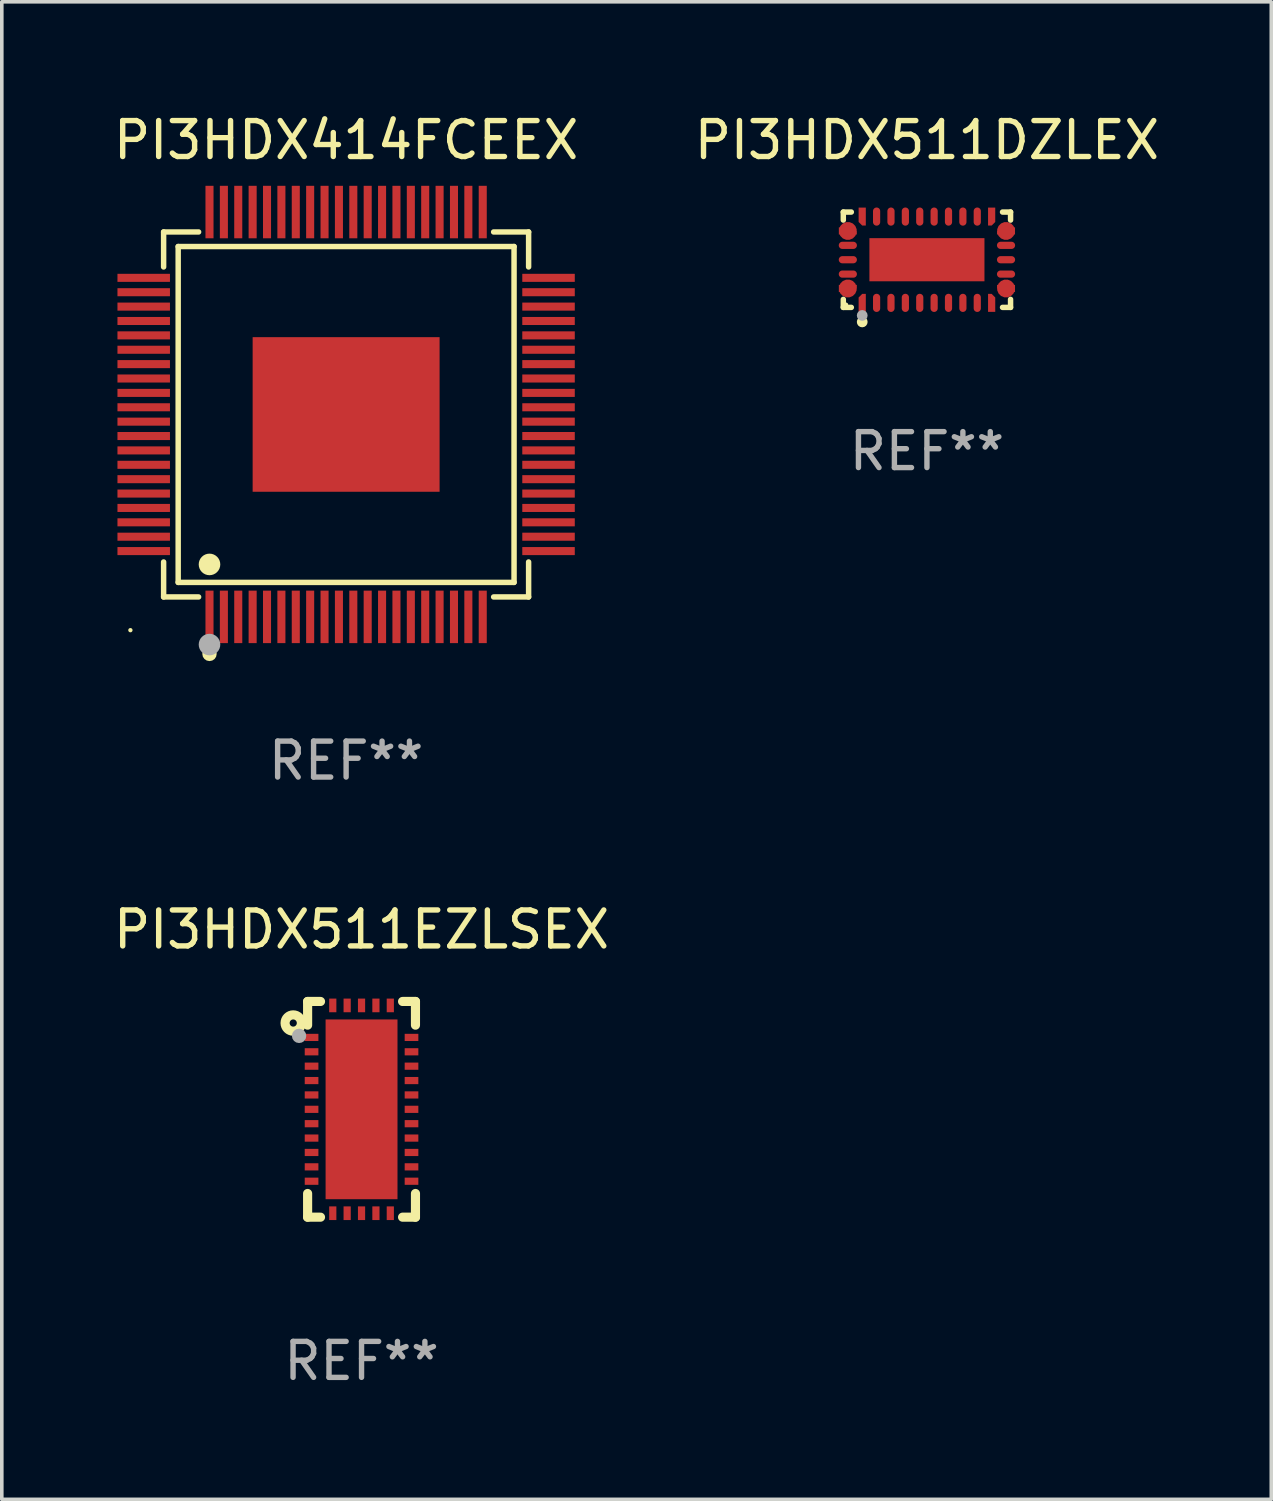
<source format=kicad_pcb>
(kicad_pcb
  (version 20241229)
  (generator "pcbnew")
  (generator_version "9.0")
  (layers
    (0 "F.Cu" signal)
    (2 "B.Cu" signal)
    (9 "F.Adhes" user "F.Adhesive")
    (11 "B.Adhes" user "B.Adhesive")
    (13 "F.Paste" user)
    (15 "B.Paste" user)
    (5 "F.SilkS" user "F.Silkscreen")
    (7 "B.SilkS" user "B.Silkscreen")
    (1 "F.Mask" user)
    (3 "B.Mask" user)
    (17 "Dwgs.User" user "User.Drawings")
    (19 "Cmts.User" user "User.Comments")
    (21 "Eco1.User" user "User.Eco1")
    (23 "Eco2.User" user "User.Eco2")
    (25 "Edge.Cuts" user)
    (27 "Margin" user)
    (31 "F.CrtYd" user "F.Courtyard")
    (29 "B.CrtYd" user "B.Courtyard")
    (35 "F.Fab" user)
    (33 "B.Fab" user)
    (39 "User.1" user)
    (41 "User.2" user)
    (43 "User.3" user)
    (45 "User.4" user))
  (footprint "PI3HDX414FCEEX"
    (layer "F.Cu")
    (at 6.577 8.478)
    (property "Reference" "PI3HDX414FCEEX" (at 0 -7.63 0) (layer "F.SilkS") (effects (font (size 1 1) (thickness 0.15))))
    (attr through_hole)
    (fp_line (start -5.076 -5.076) (end -4.103 -5.076) (stroke (width 0.152) (type solid)) (layer "F.SilkS"))
    (fp_line (start -5.076 -4.103) (end -5.076 -5.076) (stroke (width 0.152) (type solid)) (layer "F.SilkS"))
    (fp_line (start -5.076 4.103) (end -5.076 5.076) (stroke (width 0.152) (type solid)) (layer "F.SilkS"))
    (fp_line (start -5.076 5.076) (end -4.103 5.076) (stroke (width 0.152) (type solid)) (layer "F.SilkS"))
    (fp_line (start -4.671 -4.671) (end 4.671 -4.671) (stroke (width 0.152) (type solid)) (layer "F.SilkS"))
    (fp_line (start -4.671 4.671) (end -4.671 -4.671) (stroke (width 0.152) (type solid)) (layer "F.SilkS"))
    (fp_line (start 4.671 -4.671) (end 4.671 4.671) (stroke (width 0.152) (type solid)) (layer "F.SilkS"))
    (fp_line (start 4.671 4.671) (end -4.671 4.671) (stroke (width 0.152) (type solid)) (layer "F.SilkS"))
    (fp_line (start 5.076 -5.076) (end 4.103 -5.076) (stroke (width 0.152) (type solid)) (layer "F.SilkS"))
    (fp_line (start 5.076 -4.103) (end 5.076 -5.076) (stroke (width 0.152) (type solid)) (layer "F.SilkS"))
    (fp_line (start 5.076 4.103) (end 5.076 5.076) (stroke (width 0.152) (type solid)) (layer "F.SilkS"))
    (fp_line (start 5.076 5.076) (end 4.103 5.076) (stroke (width 0.152) (type solid)) (layer "F.SilkS"))
    (fp_circle (center -6 6) (end -5.97 6) (stroke (width 0.06) (type solid)) (fill no) (layer "F.SilkS"))
    (fp_circle (center -3.8 4.171) (end -3.65 4.171) (stroke (width 0.3) (type solid)) (fill no) (layer "F.SilkS"))
    (fp_circle (center -3.8 6.66) (end -3.7 6.66) (stroke (width 0.2) (type solid)) (fill no) (layer "F.SilkS"))
    (fp_circle (center -3.8 6.4) (end -3.65 6.4) (stroke (width 0.3) (type solid)) (fill no) (layer "F.Fab"))
    (fp_text user "REF**" (at 0 9.63 0) (layer "F.Fab") (effects (font (size 1 1) (thickness 0.15))))
    (pad "1" smd rect (at -3.8 5.63) (size 0.224 1.46) (layers "F.Cu" "F.Mask" "F.Paste"))
    (pad "2" smd rect (at -3.4 5.63) (size 0.224 1.46) (layers "F.Cu" "F.Mask" "F.Paste"))
    (pad "3" smd rect (at -3 5.63) (size 0.224 1.46) (layers "F.Cu" "F.Mask" "F.Paste"))
    (pad "4" smd rect (at -2.6 5.63) (size 0.224 1.46) (layers "F.Cu" "F.Mask" "F.Paste"))
    (pad "5" smd rect (at -2.2 5.63) (size 0.224 1.46) (layers "F.Cu" "F.Mask" "F.Paste"))
    (pad "6" smd rect (at -1.8 5.63) (size 0.224 1.46) (layers "F.Cu" "F.Mask" "F.Paste"))
    (pad "7" smd rect (at -1.4 5.63) (size 0.224 1.46) (layers "F.Cu" "F.Mask" "F.Paste"))
    (pad "8" smd rect (at -1 5.63) (size 0.224 1.46) (layers "F.Cu" "F.Mask" "F.Paste"))
    (pad "9" smd rect (at -0.6 5.63) (size 0.224 1.46) (layers "F.Cu" "F.Mask" "F.Paste"))
    (pad "10" smd rect (at -0.2 5.63) (size 0.224 1.46) (layers "F.Cu" "F.Mask" "F.Paste"))
    (pad "11" smd rect (at 0.2 5.63) (size 0.224 1.46) (layers "F.Cu" "F.Mask" "F.Paste"))
    (pad "12" smd rect (at 0.6 5.63) (size 0.224 1.46) (layers "F.Cu" "F.Mask" "F.Paste"))
    (pad "13" smd rect (at 1 5.63) (size 0.224 1.46) (layers "F.Cu" "F.Mask" "F.Paste"))
    (pad "14" smd rect (at 1.4 5.63) (size 0.224 1.46) (layers "F.Cu" "F.Mask" "F.Paste"))
    (pad "15" smd rect (at 1.8 5.63) (size 0.224 1.46) (layers "F.Cu" "F.Mask" "F.Paste"))
    (pad "16" smd rect (at 2.2 5.63) (size 0.224 1.46) (layers "F.Cu" "F.Mask" "F.Paste"))
    (pad "17" smd rect (at 2.6 5.63) (size 0.224 1.46) (layers "F.Cu" "F.Mask" "F.Paste"))
    (pad "18" smd rect (at 3 5.63) (size 0.224 1.46) (layers "F.Cu" "F.Mask" "F.Paste"))
    (pad "19" smd rect (at 3.4 5.63) (size 0.224 1.46) (layers "F.Cu" "F.Mask" "F.Paste"))
    (pad "20" smd rect (at 3.8 5.63) (size 0.224 1.46) (layers "F.Cu" "F.Mask" "F.Paste"))
    (pad "21" smd rect (at 5.63 3.8) (size 1.46 0.224) (layers "F.Cu" "F.Mask" "F.Paste"))
    (pad "22" smd rect (at 5.63 3.4) (size 1.46 0.224) (layers "F.Cu" "F.Mask" "F.Paste"))
    (pad "23" smd rect (at 5.63 3) (size 1.46 0.224) (layers "F.Cu" "F.Mask" "F.Paste"))
    (pad "24" smd rect (at 5.63 2.6) (size 1.46 0.224) (layers "F.Cu" "F.Mask" "F.Paste"))
    (pad "25" smd rect (at 5.63 2.2) (size 1.46 0.224) (layers "F.Cu" "F.Mask" "F.Paste"))
    (pad "26" smd rect (at 5.63 1.8) (size 1.46 0.224) (layers "F.Cu" "F.Mask" "F.Paste"))
    (pad "27" smd rect (at 5.63 1.4) (size 1.46 0.224) (layers "F.Cu" "F.Mask" "F.Paste"))
    (pad "28" smd rect (at 5.63 1) (size 1.46 0.224) (layers "F.Cu" "F.Mask" "F.Paste"))
    (pad "29" smd rect (at 5.63 0.6) (size 1.46 0.224) (layers "F.Cu" "F.Mask" "F.Paste"))
    (pad "30" smd rect (at 5.63 0.2) (size 1.46 0.224) (layers "F.Cu" "F.Mask" "F.Paste"))
    (pad "31" smd rect (at 5.63 -0.2) (size 1.46 0.224) (layers "F.Cu" "F.Mask" "F.Paste"))
    (pad "32" smd rect (at 5.63 -0.6) (size 1.46 0.224) (layers "F.Cu" "F.Mask" "F.Paste"))
    (pad "33" smd rect (at 5.63 -1) (size 1.46 0.224) (layers "F.Cu" "F.Mask" "F.Paste"))
    (pad "34" smd rect (at 5.63 -1.4) (size 1.46 0.224) (layers "F.Cu" "F.Mask" "F.Paste"))
    (pad "35" smd rect (at 5.63 -1.8) (size 1.46 0.224) (layers "F.Cu" "F.Mask" "F.Paste"))
    (pad "36" smd rect (at 5.63 -2.2) (size 1.46 0.224) (layers "F.Cu" "F.Mask" "F.Paste"))
    (pad "37" smd rect (at 5.63 -2.6) (size 1.46 0.224) (layers "F.Cu" "F.Mask" "F.Paste"))
    (pad "38" smd rect (at 5.63 -3) (size 1.46 0.224) (layers "F.Cu" "F.Mask" "F.Paste"))
    (pad "39" smd rect (at 5.63 -3.4) (size 1.46 0.224) (layers "F.Cu" "F.Mask" "F.Paste"))
    (pad "40" smd rect (at 5.63 -3.8) (size 1.46 0.224) (layers "F.Cu" "F.Mask" "F.Paste"))
    (pad "41" smd rect (at 3.8 -5.63) (size 0.224 1.46) (layers "F.Cu" "F.Mask" "F.Paste"))
    (pad "42" smd rect (at 3.4 -5.63) (size 0.224 1.46) (layers "F.Cu" "F.Mask" "F.Paste"))
    (pad "43" smd rect (at 3 -5.63) (size 0.224 1.46) (layers "F.Cu" "F.Mask" "F.Paste"))
    (pad "44" smd rect (at 2.6 -5.63) (size 0.224 1.46) (layers "F.Cu" "F.Mask" "F.Paste"))
    (pad "45" smd rect (at 2.2 -5.63) (size 0.224 1.46) (layers "F.Cu" "F.Mask" "F.Paste"))
    (pad "46" smd rect (at 1.8 -5.63) (size 0.224 1.46) (layers "F.Cu" "F.Mask" "F.Paste"))
    (pad "47" smd rect (at 1.4 -5.63) (size 0.224 1.46) (layers "F.Cu" "F.Mask" "F.Paste"))
    (pad "48" smd rect (at 1 -5.63) (size 0.224 1.46) (layers "F.Cu" "F.Mask" "F.Paste"))
    (pad "49" smd rect (at 0.6 -5.63) (size 0.224 1.46) (layers "F.Cu" "F.Mask" "F.Paste"))
    (pad "50" smd rect (at 0.2 -5.63) (size 0.224 1.46) (layers "F.Cu" "F.Mask" "F.Paste"))
    (pad "51" smd rect (at -0.2 -5.63) (size 0.224 1.46) (layers "F.Cu" "F.Mask" "F.Paste"))
    (pad "52" smd rect (at -0.6 -5.63) (size 0.224 1.46) (layers "F.Cu" "F.Mask" "F.Paste"))
    (pad "53" smd rect (at -1 -5.63) (size 0.224 1.46) (layers "F.Cu" "F.Mask" "F.Paste"))
    (pad "54" smd rect (at -1.4 -5.63) (size 0.224 1.46) (layers "F.Cu" "F.Mask" "F.Paste"))
    (pad "55" smd rect (at -1.8 -5.63) (size 0.224 1.46) (layers "F.Cu" "F.Mask" "F.Paste"))
    (pad "56" smd rect (at -2.2 -5.63) (size 0.224 1.46) (layers "F.Cu" "F.Mask" "F.Paste"))
    (pad "57" smd rect (at -2.6 -5.63) (size 0.224 1.46) (layers "F.Cu" "F.Mask" "F.Paste"))
    (pad "58" smd rect (at -3 -5.63) (size 0.224 1.46) (layers "F.Cu" "F.Mask" "F.Paste"))
    (pad "59" smd rect (at -3.4 -5.63) (size 0.224 1.46) (layers "F.Cu" "F.Mask" "F.Paste"))
    (pad "60" smd rect (at -3.8 -5.63) (size 0.224 1.46) (layers "F.Cu" "F.Mask" "F.Paste"))
    (pad "61" smd rect (at -5.63 -3.8) (size 1.46 0.224) (layers "F.Cu" "F.Mask" "F.Paste"))
    (pad "62" smd rect (at -5.63 -3.4) (size 1.46 0.224) (layers "F.Cu" "F.Mask" "F.Paste"))
    (pad "63" smd rect (at -5.63 -3) (size 1.46 0.224) (layers "F.Cu" "F.Mask" "F.Paste"))
    (pad "64" smd rect (at -5.63 -2.6) (size 1.46 0.224) (layers "F.Cu" "F.Mask" "F.Paste"))
    (pad "65" smd rect (at -5.63 -2.2) (size 1.46 0.224) (layers "F.Cu" "F.Mask" "F.Paste"))
    (pad "66" smd rect (at -5.63 -1.8) (size 1.46 0.224) (layers "F.Cu" "F.Mask" "F.Paste"))
    (pad "67" smd rect (at -5.63 -1.4) (size 1.46 0.224) (layers "F.Cu" "F.Mask" "F.Paste"))
    (pad "68" smd rect (at -5.63 -1) (size 1.46 0.224) (layers "F.Cu" "F.Mask" "F.Paste"))
    (pad "69" smd rect (at -5.63 -0.6) (size 1.46 0.224) (layers "F.Cu" "F.Mask" "F.Paste"))
    (pad "70" smd rect (at -5.63 -0.2) (size 1.46 0.224) (layers "F.Cu" "F.Mask" "F.Paste"))
    (pad "71" smd rect (at -5.63 0.2) (size 1.46 0.224) (layers "F.Cu" "F.Mask" "F.Paste"))
    (pad "72" smd rect (at -5.63 0.6) (size 1.46 0.224) (layers "F.Cu" "F.Mask" "F.Paste"))
    (pad "73" smd rect (at -5.63 1) (size 1.46 0.224) (layers "F.Cu" "F.Mask" "F.Paste"))
    (pad "74" smd rect (at -5.63 1.4) (size 1.46 0.224) (layers "F.Cu" "F.Mask" "F.Paste"))
    (pad "75" smd rect (at -5.63 1.8) (size 1.46 0.224) (layers "F.Cu" "F.Mask" "F.Paste"))
    (pad "76" smd rect (at -5.63 2.2) (size 1.46 0.224) (layers "F.Cu" "F.Mask" "F.Paste"))
    (pad "77" smd rect (at -5.63 2.6) (size 1.46 0.224) (layers "F.Cu" "F.Mask" "F.Paste"))
    (pad "78" smd rect (at -5.63 3) (size 1.46 0.224) (layers "F.Cu" "F.Mask" "F.Paste"))
    (pad "79" smd rect (at -5.63 3.4) (size 1.46 0.224) (layers "F.Cu" "F.Mask" "F.Paste"))
    (pad "80" smd rect (at -5.63 3.8) (size 1.46 0.224) (layers "F.Cu" "F.Mask" "F.Paste"))
    (pad "81" smd rect (at 0 0) (size 5.2 4.3) (layers "F.Cu" "F.Mask" "F.Paste")))
  (footprint "PI3HDX511DZLEX"
    (layer "F.Cu")
    (at 22.732 4.174)
    (property "Reference" "PI3HDX511DZLEX" (at 0 -3.326 0) (layer "F.SilkS") (effects (font (size 1 1) (thickness 0.15))))
    (attr through_hole)
    (fp_line (start -2.326 -1.326) (end -2.103 -1.326) (stroke (width 0.152) (type solid)) (layer "F.SilkS"))
    (fp_line (start -2.326 -1.103) (end -2.326 -1.326) (stroke (width 0.152) (type solid)) (layer "F.SilkS"))
    (fp_line (start -2.326 1.103) (end -2.326 1.326) (stroke (width 0.152) (type solid)) (layer "F.SilkS"))
    (fp_line (start -2.326 1.326) (end -2.103 1.326) (stroke (width 0.152) (type solid)) (layer "F.SilkS"))
    (fp_line (start 2.326 -1.326) (end 2.103 -1.326) (stroke (width 0.152) (type solid)) (layer "F.SilkS"))
    (fp_line (start 2.326 -1.103) (end 2.326 -1.326) (stroke (width 0.152) (type solid)) (layer "F.SilkS"))
    (fp_line (start 2.326 1.103) (end 2.326 1.326) (stroke (width 0.152) (type solid)) (layer "F.SilkS"))
    (fp_line (start 2.326 1.326) (end 2.103 1.326) (stroke (width 0.152) (type solid)) (layer "F.SilkS"))
    (fp_circle (center -2.25 1.25) (end -2.22 1.25) (stroke (width 0.06) (type solid)) (fill no) (layer "F.SilkS"))
    (fp_circle (center -1.8 1.73) (end -1.725 1.73) (stroke (width 0.15) (type solid)) (fill no) (layer "F.SilkS"))
    (fp_circle (center -1.8 1.55) (end -1.725 1.55) (stroke (width 0.15) (type solid)) (fill no) (layer "F.Fab"))
    (fp_text user "REF**" (at 0 5.326 0) (layer "F.Fab") (effects (font (size 1 1) (thickness 0.15))))
    (pad "1" smd custom (at -1.8 1.2) (size 0.2 0.5) (layers "F.Cu" "F.Mask" "F.Paste") (options (anchor circle)) (primitives (gr_poly (pts (xy -0.1 0.25) (xy 0.1 0.25) (xy 0.1 -0.25) (xy 0.1 -0.25) (xy -0.000051 -0.25) (xy -0.1 -0.15)) (width 0) (fill yes))))
    (pad "2" smd oval (at -1.4 1.2) (size 0.2 0.505) (layers "F.Cu" "F.Mask" "F.Paste"))
    (pad "3" smd oval (at -1 1.2) (size 0.2 0.505) (layers "F.Cu" "F.Mask" "F.Paste"))
    (pad "4" smd oval (at -0.6 1.2) (size 0.2 0.505) (layers "F.Cu" "F.Mask" "F.Paste"))
    (pad "5" smd oval (at -0.2 1.2) (size 0.2 0.505) (layers "F.Cu" "F.Mask" "F.Paste"))
    (pad "6" smd oval (at 0.2 1.2) (size 0.2 0.505) (layers "F.Cu" "F.Mask" "F.Paste"))
    (pad "7" smd oval (at 0.6 1.2) (size 0.2 0.505) (layers "F.Cu" "F.Mask" "F.Paste"))
    (pad "8" smd oval (at 1 1.2) (size 0.2 0.505) (layers "F.Cu" "F.Mask" "F.Paste"))
    (pad "9" smd oval (at 1.4 1.2) (size 0.2 0.505) (layers "F.Cu" "F.Mask" "F.Paste"))
    (pad "10" smd custom (at 1.8 1.2) (size 0.2 0.5) (layers "F.Cu" "F.Mask" "F.Paste") (options (anchor circle)) (primitives (gr_poly (pts (xy 0.1 0.25) (xy -0.1 0.25) (xy -0.1 -0.25) (xy -0.1 -0.25) (xy 0 -0.25) (xy 0.1 -0.15)) (width 0) (fill yes))))
    (pad "11" smd custom (at 2.2 0.8) (size 0.5 0.2) (layers "F.Cu" "F.Mask" "F.Paste") (options (anchor circle)) (primitives (gr_poly (pts (xy 0.25 0.1) (xy 0.25 -0.1) (xy -0.25 -0.1) (xy -0.25 -0.1) (xy -0.25 0.000051) (xy -0.15 0.1)) (width 0) (fill yes))))
    (pad "12" smd oval (at 2.2 0.4) (size 0.505 0.2) (layers "F.Cu" "F.Mask" "F.Paste"))
    (pad "13" smd oval (at 2.2 0) (size 0.505 0.2) (layers "F.Cu" "F.Mask" "F.Paste"))
    (pad "14" smd oval (at 2.2 -0.4) (size 0.505 0.2) (layers "F.Cu" "F.Mask" "F.Paste"))
    (pad "15" smd custom (at 2.2 -0.8) (size 0.5 0.2) (layers "F.Cu" "F.Mask" "F.Paste") (options (anchor circle)) (primitives (gr_poly (pts (xy 0.25 -0.1) (xy 0.25 0.1) (xy -0.25 0.1) (xy -0.25 0.1) (xy -0.25 -0.000051) (xy -0.15 -0.1)) (width 0) (fill yes))))
    (pad "16" smd custom (at 1.8 -1.2) (size 0.2 0.5) (layers "F.Cu" "F.Mask" "F.Paste") (options (anchor circle)) (primitives (gr_poly (pts (xy 0.1 -0.25) (xy -0.1 -0.25) (xy -0.1 0.25) (xy -0.1 0.25) (xy 0.000051 0.25) (xy 0.1 0.15)) (width 0) (fill yes))))
    (pad "17" smd oval (at 1.4 -1.2) (size 0.2 0.505) (layers "F.Cu" "F.Mask" "F.Paste"))
    (pad "18" smd oval (at 1 -1.2) (size 0.2 0.505) (layers "F.Cu" "F.Mask" "F.Paste"))
    (pad "19" smd oval (at 0.6 -1.2) (size 0.2 0.505) (layers "F.Cu" "F.Mask" "F.Paste"))
    (pad "20" smd oval (at 0.2 -1.2) (size 0.2 0.505) (layers "F.Cu" "F.Mask" "F.Paste"))
    (pad "21" smd oval (at -0.2 -1.2) (size 0.2 0.505) (layers "F.Cu" "F.Mask" "F.Paste"))
    (pad "22" smd oval (at -0.6 -1.2) (size 0.2 0.505) (layers "F.Cu" "F.Mask" "F.Paste"))
    (pad "23" smd oval (at -1 -1.2) (size 0.2 0.505) (layers "F.Cu" "F.Mask" "F.Paste"))
    (pad "24" smd oval (at -1.4 -1.2) (size 0.2 0.505) (layers "F.Cu" "F.Mask" "F.Paste"))
    (pad "25" smd custom (at -1.8 -1.2) (size 0.2 0.5) (layers "F.Cu" "F.Mask" "F.Paste") (options (anchor circle)) (primitives (gr_poly (pts (xy -0.1 -0.25) (xy 0.1 -0.25) (xy 0.1 0.25) (xy 0.1 0.25) (xy -0.000051 0.25) (xy -0.1 0.15)) (width 0) (fill yes))))
    (pad "26" smd custom (at -2.2 -0.8) (size 0.5 0.2) (layers "F.Cu" "F.Mask" "F.Paste") (options (anchor circle)) (primitives (gr_poly (pts (xy -0.25 -0.1) (xy -0.25 0.1) (xy 0.25 0.1) (xy 0.25 0.1) (xy 0.25 0.000051) (xy 0.15 -0.1)) (width 0) (fill yes))))
    (pad "27" smd oval (at -2.2 -0.4) (size 0.505 0.2) (layers "F.Cu" "F.Mask" "F.Paste"))
    (pad "28" smd oval (at -2.2 0) (size 0.505 0.2) (layers "F.Cu" "F.Mask" "F.Paste"))
    (pad "29" smd oval (at -2.2 0.4) (size 0.505 0.2) (layers "F.Cu" "F.Mask" "F.Paste"))
    (pad "30" smd custom (at -2.2 0.8) (size 0.5 0.2) (layers "F.Cu" "F.Mask" "F.Paste") (options (anchor circle)) (primitives (gr_poly (pts (xy -0.25 0.1) (xy -0.25 -0.1) (xy 0.25 -0.1) (xy 0.25 -0.1) (xy 0.25 0.000076) (xy 0.15 0.1)) (width 0) (fill yes))))
    (pad "31" smd rect (at 0 0) (size 3.2 1.2) (layers "F.Cu" "F.Mask" "F.Paste")))
  (footprint "PI3HDX511EZLSEX"
    (layer "F.Cu")
    (at 7.006 27.805)
    (property "Reference" "PI3HDX511EZLSEX" (at 0 -5 0) (layer "F.SilkS") (effects (font (size 1 1) (thickness 0.15))))
    (attr through_hole)
    (fp_line (start -1.5 -3) (end -1.141 -3) (stroke (width 0.254) (type solid)) (layer "F.SilkS"))
    (fp_line (start -1.5 -2.341) (end -1.5 -3) (stroke (width 0.254) (type solid)) (layer "F.SilkS"))
    (fp_line (start -1.5 3) (end -1.5 2.341) (stroke (width 0.254) (type solid)) (layer "F.SilkS"))
    (fp_line (start -1.141 3) (end -1.5 3) (stroke (width 0.254) (type solid)) (layer "F.SilkS"))
    (fp_line (start 1.141 -3) (end 1.5 -3) (stroke (width 0.254) (type solid)) (layer "F.SilkS"))
    (fp_line (start 1.5 -3) (end 1.5 -2.341) (stroke (width 0.254) (type solid)) (layer "F.SilkS"))
    (fp_line (start 1.5 2.341) (end 1.5 3) (stroke (width 0.254) (type solid)) (layer "F.SilkS"))
    (fp_line (start 1.5 3) (end 1.141 3) (stroke (width 0.254) (type solid)) (layer "F.SilkS"))
    (fp_circle (center -1.9 -2.4) (end -1.8 -2.4) (stroke (width 0.254) (type solid)) (fill no) (layer "F.SilkS"))
    (fp_circle (center -1.5 -3) (end -1.47 -3) (stroke (width 0.06) (type solid)) (fill no) (layer "F.SilkS"))
    (fp_circle (center -1.737 -2.043) (end -1.637 -2.043) (stroke (width 0.2) (type solid)) (fill no) (layer "F.Fab"))
    (fp_text user "REF**" (at 0 7 0) (layer "F.Fab") (effects (font (size 1 1) (thickness 0.15))))
    (pad "1" smd rect (at -1.39 -2 90) (size 0.2 0.38) (layers "F.Cu" "F.Mask" "F.Paste"))
    (pad "2" smd rect (at -1.39 -1.6 90) (size 0.2 0.38) (layers "F.Cu" "F.Mask" "F.Paste"))
    (pad "3" smd rect (at -1.39 -1.2 90) (size 0.2 0.38) (layers "F.Cu" "F.Mask" "F.Paste"))
    (pad "4" smd rect (at -1.39 -0.8 90) (size 0.2 0.38) (layers "F.Cu" "F.Mask" "F.Paste"))
    (pad "5" smd rect (at -1.39 -0.4 90) (size 0.2 0.38) (layers "F.Cu" "F.Mask" "F.Paste"))
    (pad "6" smd rect (at -1.39 0 90) (size 0.2 0.38) (layers "F.Cu" "F.Mask" "F.Paste"))
    (pad "7" smd rect (at -1.39 0.4 90) (size 0.2 0.38) (layers "F.Cu" "F.Mask" "F.Paste"))
    (pad "8" smd rect (at -1.39 0.8 90) (size 0.2 0.38) (layers "F.Cu" "F.Mask" "F.Paste"))
    (pad "9" smd rect (at -1.39 1.2 90) (size 0.2 0.38) (layers "F.Cu" "F.Mask" "F.Paste"))
    (pad "10" smd rect (at -1.39 1.6 90) (size 0.2 0.38) (layers "F.Cu" "F.Mask" "F.Paste"))
    (pad "11" smd rect (at -1.39 2 90) (size 0.2 0.38) (layers "F.Cu" "F.Mask" "F.Paste"))
    (pad "12" smd rect (at -0.8 2.89 180) (size 0.2 0.38) (layers "F.Cu" "F.Mask" "F.Paste"))
    (pad "13" smd rect (at -0.4 2.89 180) (size 0.2 0.38) (layers "F.Cu" "F.Mask" "F.Paste"))
    (pad "14" smd rect (at 0 2.89 180) (size 0.2 0.38) (layers "F.Cu" "F.Mask" "F.Paste"))
    (pad "15" smd rect (at 0.4 2.89 180) (size 0.2 0.38) (layers "F.Cu" "F.Mask" "F.Paste"))
    (pad "16" smd rect (at 0.8 2.89 180) (size 0.2 0.38) (layers "F.Cu" "F.Mask" "F.Paste"))
    (pad "17" smd rect (at 1.39 2 270) (size 0.2 0.38) (layers "F.Cu" "F.Mask" "F.Paste"))
    (pad "18" smd rect (at 1.39 1.6 270) (size 0.2 0.38) (layers "F.Cu" "F.Mask" "F.Paste"))
    (pad "19" smd rect (at 1.39 1.2 270) (size 0.2 0.38) (layers "F.Cu" "F.Mask" "F.Paste"))
    (pad "20" smd rect (at 1.39 0.8 270) (size 0.2 0.38) (layers "F.Cu" "F.Mask" "F.Paste"))
    (pad "21" smd rect (at 1.39 0.4 270) (size 0.2 0.38) (layers "F.Cu" "F.Mask" "F.Paste"))
    (pad "22" smd rect (at 1.39 0 270) (size 0.2 0.38) (layers "F.Cu" "F.Mask" "F.Paste"))
    (pad "23" smd rect (at 1.39 -0.4 270) (size 0.2 0.38) (layers "F.Cu" "F.Mask" "F.Paste"))
    (pad "24" smd rect (at 1.39 -0.8 270) (size 0.2 0.38) (layers "F.Cu" "F.Mask" "F.Paste"))
    (pad "25" smd rect (at 1.39 -1.2 270) (size 0.2 0.38) (layers "F.Cu" "F.Mask" "F.Paste"))
    (pad "26" smd rect (at 1.39 -1.6 270) (size 0.2 0.38) (layers "F.Cu" "F.Mask" "F.Paste"))
    (pad "27" smd rect (at 1.39 -2 270) (size 0.2 0.38) (layers "F.Cu" "F.Mask" "F.Paste"))
    (pad "28" smd rect (at 0.8 -2.89) (size 0.2 0.38) (layers "F.Cu" "F.Mask" "F.Paste"))
    (pad "29" smd rect (at 0.4 -2.89) (size 0.2 0.38) (layers "F.Cu" "F.Mask" "F.Paste"))
    (pad "30" smd rect (at 0 -2.89) (size 0.2 0.38) (layers "F.Cu" "F.Mask" "F.Paste"))
    (pad "31" smd rect (at -0.4 -2.89) (size 0.2 0.38) (layers "F.Cu" "F.Mask" "F.Paste"))
    (pad "32" smd rect (at -0.8 -2.89) (size 0.2 0.38) (layers "F.Cu" "F.Mask" "F.Paste"))
    (pad "33" smd rect (at 0 0) (size 2 5) (layers "F.Cu" "F.Mask" "F.Paste")))
  (gr_rect
    (start -3 -3)
    (end 32.31 38.653)
    (stroke (width 0.1) (type default))
    (fill no)
    (layer "Edge.Cuts")))
</source>
